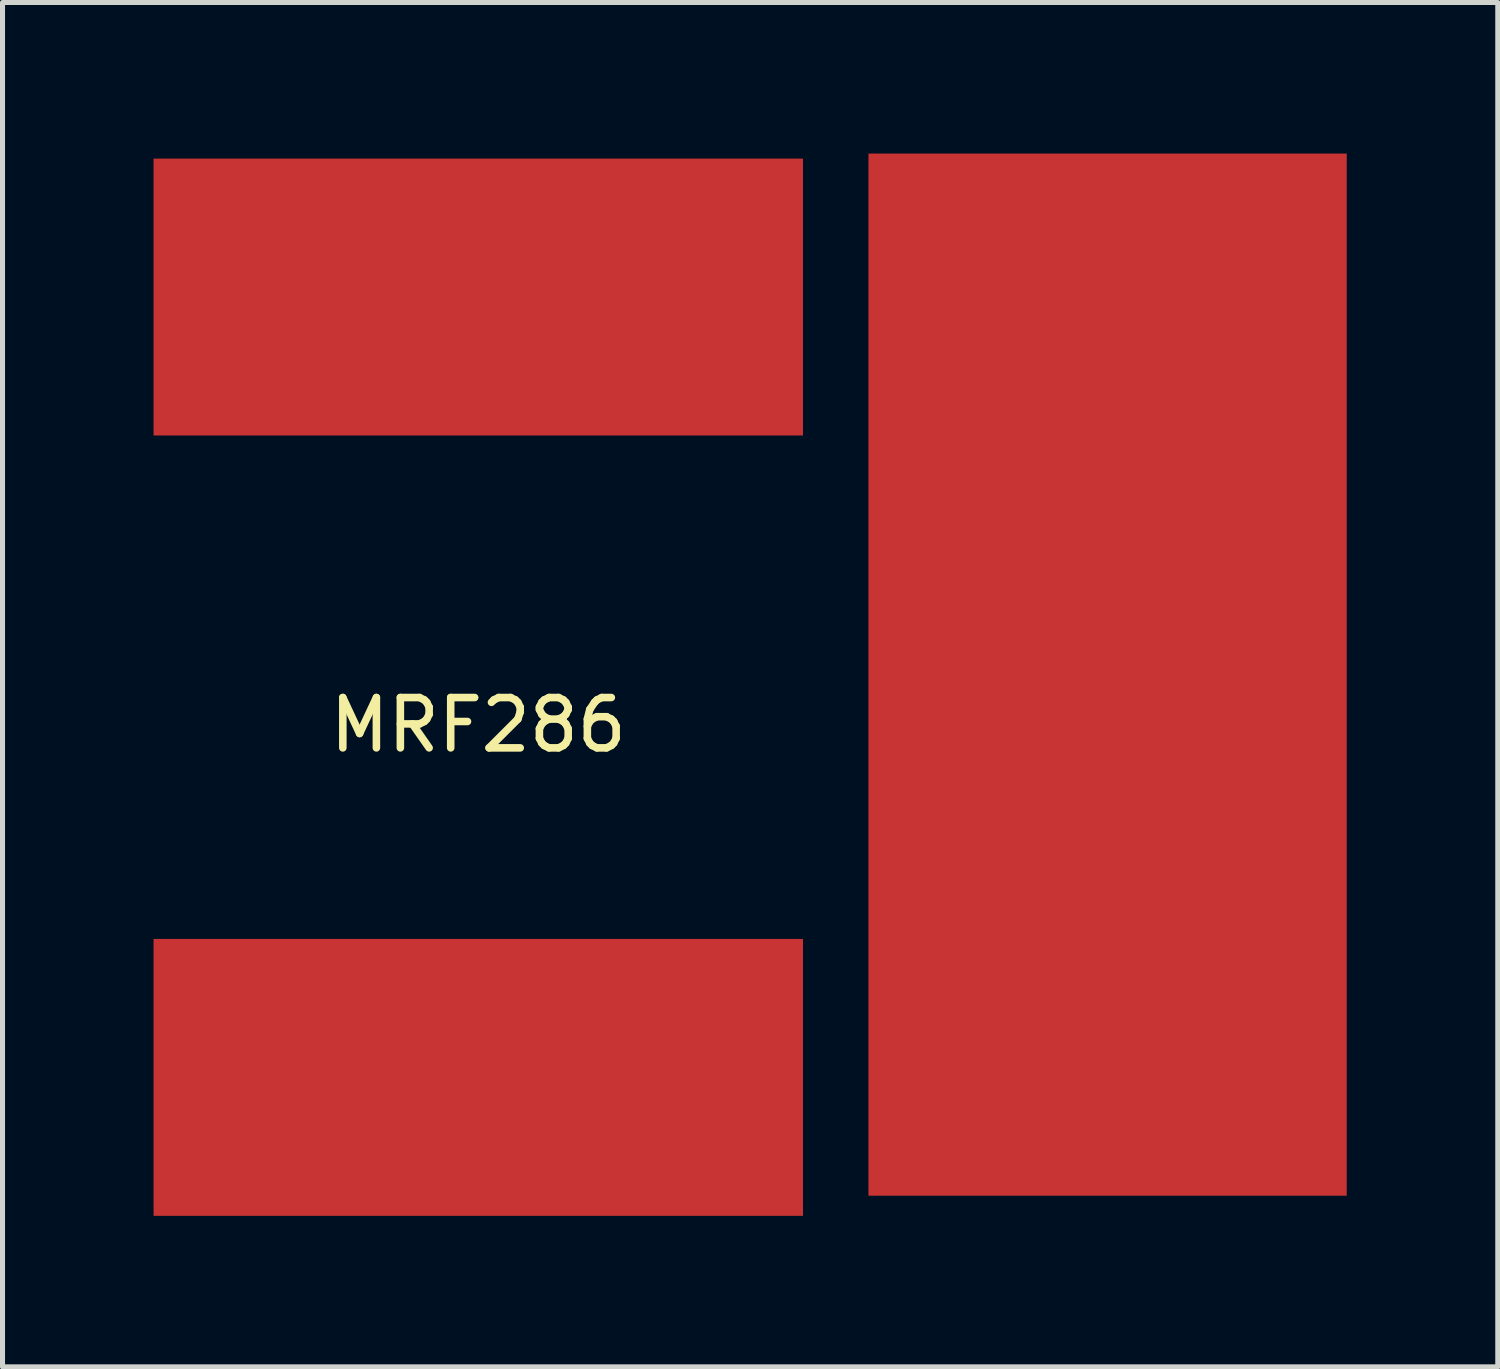
<source format=kicad_pcb>
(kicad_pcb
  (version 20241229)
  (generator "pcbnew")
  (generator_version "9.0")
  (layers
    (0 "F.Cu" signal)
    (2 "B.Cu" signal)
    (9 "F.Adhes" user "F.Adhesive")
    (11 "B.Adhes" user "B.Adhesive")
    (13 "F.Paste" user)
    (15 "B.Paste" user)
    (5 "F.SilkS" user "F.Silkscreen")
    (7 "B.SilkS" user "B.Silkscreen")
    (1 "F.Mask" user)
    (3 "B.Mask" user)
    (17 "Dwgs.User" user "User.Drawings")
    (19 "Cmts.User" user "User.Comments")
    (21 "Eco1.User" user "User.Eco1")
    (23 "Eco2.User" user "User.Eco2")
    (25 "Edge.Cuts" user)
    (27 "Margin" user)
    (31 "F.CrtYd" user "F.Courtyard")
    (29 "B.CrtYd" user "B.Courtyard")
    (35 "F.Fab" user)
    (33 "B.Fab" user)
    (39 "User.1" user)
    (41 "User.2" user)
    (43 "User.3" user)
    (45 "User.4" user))
  (footprint "MRF286"
    (layer "F.Cu")
    (at 6.45 10.85)
    (property "Reference" "MRF286" (at 0 0.5 0) (layer "F.SilkS") (effects (font (size 1 1) (thickness 0.15))))
    (attr through_hole)
    (pad "1" smd rect (at 0 -8) (size 12.9 5.5) (layers "F.Cu" "F.Mask" "F.Paste"))
    (pad "2" smd rect (at 0 7.5) (size 12.9 5.5) (layers "F.Cu" "F.Mask" "F.Paste"))
    (pad "3" smd rect (at 12.5 -0.5 90) (size 20.7 9.5) (layers "F.Cu" "F.Mask" "F.Paste")))
  (gr_rect
    (start -3 -3)
    (end 26.7 24.1)
    (stroke (width 0.1) (type default))
    (fill no)
    (layer "Edge.Cuts")))
</source>
